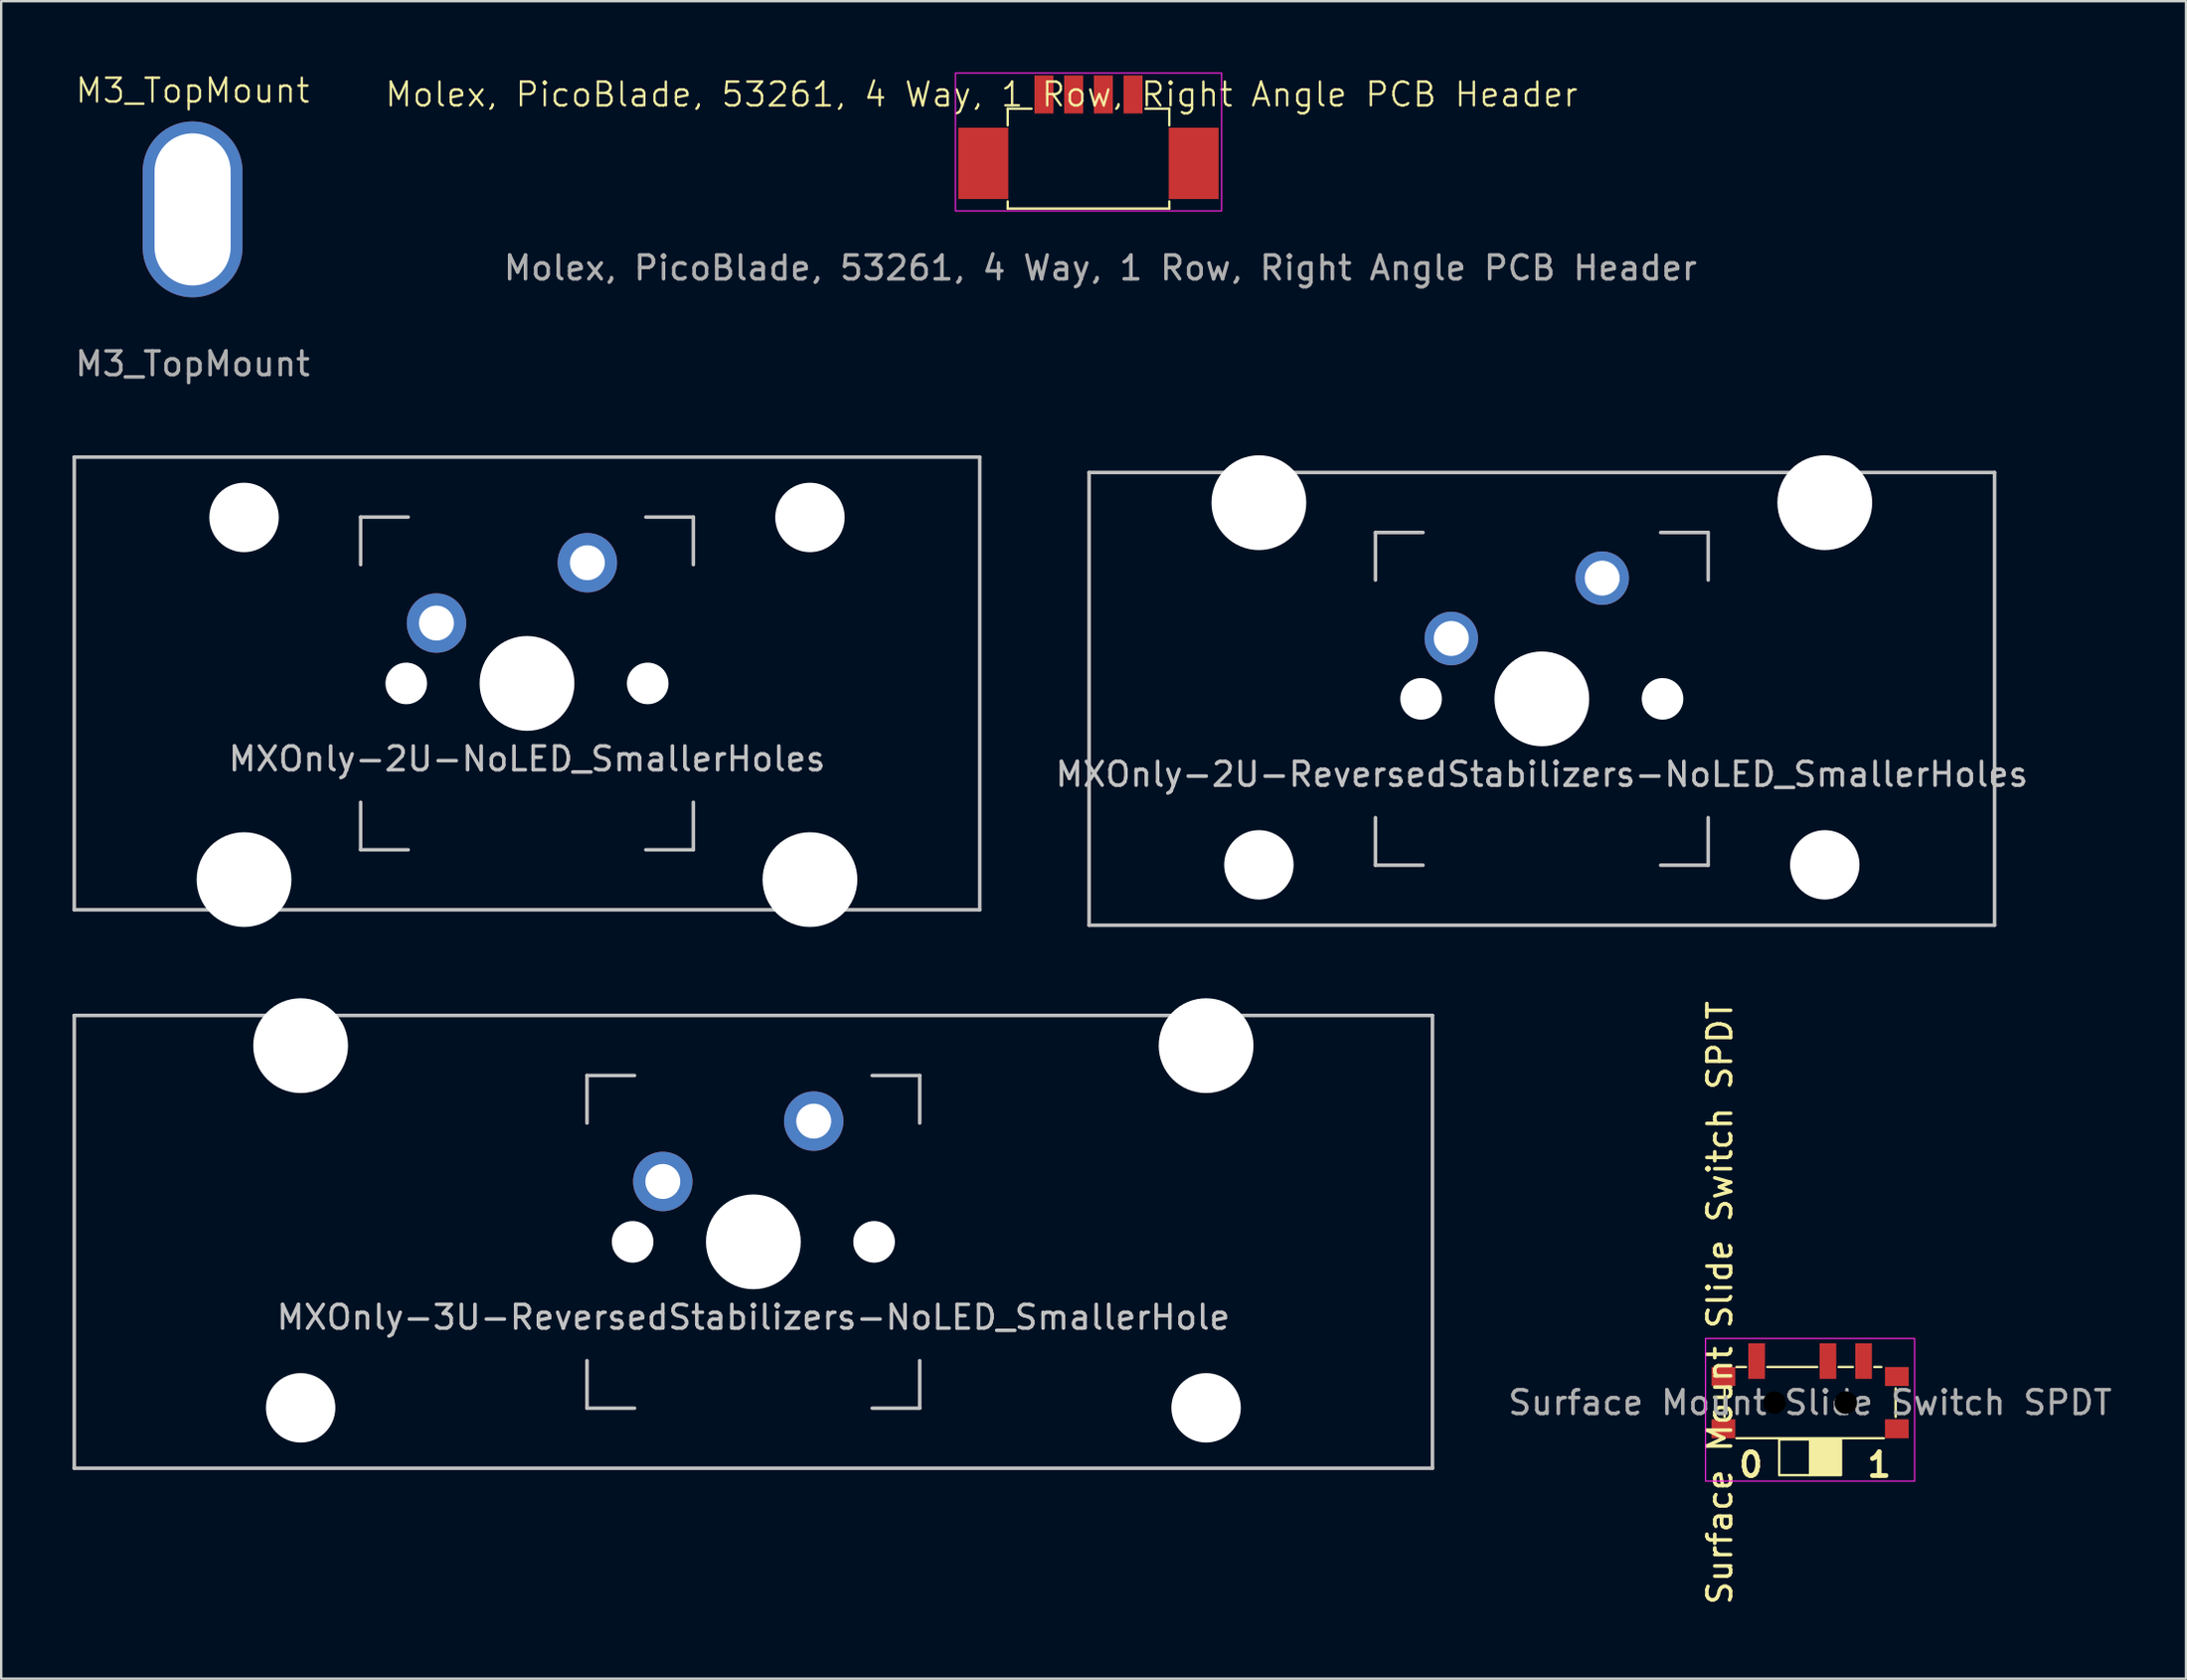
<source format=kicad_pcb>
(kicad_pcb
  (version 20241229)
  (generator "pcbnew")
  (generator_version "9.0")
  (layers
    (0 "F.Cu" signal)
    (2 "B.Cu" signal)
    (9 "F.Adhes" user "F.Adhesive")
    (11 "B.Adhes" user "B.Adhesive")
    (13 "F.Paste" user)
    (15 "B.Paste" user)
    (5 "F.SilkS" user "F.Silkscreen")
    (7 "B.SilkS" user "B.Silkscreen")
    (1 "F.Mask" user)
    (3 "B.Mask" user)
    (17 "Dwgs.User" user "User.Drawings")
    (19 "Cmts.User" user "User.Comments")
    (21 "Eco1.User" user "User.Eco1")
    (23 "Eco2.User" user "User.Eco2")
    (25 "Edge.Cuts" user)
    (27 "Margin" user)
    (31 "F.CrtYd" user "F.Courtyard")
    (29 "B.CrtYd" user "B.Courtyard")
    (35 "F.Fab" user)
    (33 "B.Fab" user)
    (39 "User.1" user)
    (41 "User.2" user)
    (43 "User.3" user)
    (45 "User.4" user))
  (footprint "Surface Mount Slide Switch SPDT"
    (layer "F.Cu")
    (at 73.115 55.973)
    (property "Reference" "Surface Mount Slide Switch SPDT" (at -3.8 -4.2 90) (unlocked yes) (layer "F.SilkS") (effects (font (size 1 1) (thickness 0.15))))
    (attr smd)
    (fp_line (start -3.6 0.6) (end -3.6 -0.6) (stroke (width 0.1) (type default)) (layer "F.SilkS"))
    (fp_line (start -3.1 -1.5) (end -2.7 -1.5) (stroke (width 0.1) (type default)) (layer "F.SilkS"))
    (fp_line (start -3.1 1.5) (end 3.1 1.5) (stroke (width 0.1) (type default)) (layer "F.SilkS"))
    (fp_line (start -1.8 -1.5) (end 0.3 -1.5) (stroke (width 0.1) (type default)) (layer "F.SilkS"))
    (fp_line (start -1.3 1.55) (end 0 1.55) (stroke (width 0.1) (type default)) (layer "F.SilkS"))
    (fp_line (start -1.3 3.05) (end -1.3 1.55) (stroke (width 0.1) (type default)) (layer "F.SilkS"))
    (fp_line (start 0 3.05) (end -1.3 3.05) (stroke (width 0.1) (type default)) (layer "F.SilkS"))
    (fp_line (start 1.2 -1.5) (end 1.8 -1.5) (stroke (width 0.1) (type default)) (layer "F.SilkS"))
    (fp_line (start 2.7 -1.5) (end 3 -1.5) (stroke (width 0.1) (type default)) (layer "F.SilkS"))
    (fp_line (start 3.6 0.6) (end 3.6 -0.6) (stroke (width 0.1) (type default)) (layer "F.SilkS"))
    (fp_poly (pts (xy 1.3 1.55) (xy 0 1.55) (xy 0 3.05) (xy 1.3 3.05)) (stroke (width 0.1) (type solid)) (fill yes) (layer "F.SilkS"))
    (fp_rect (start -4.4 -2.7) (end 4.4 3.3) (stroke (width 0.05) (type default)) (fill no) (layer "F.CrtYd"))
    (fp_text user "1" (at 2.3 3.2 0) (unlocked yes) (layer "F.SilkS") (effects (font (size 1 1) (thickness 0.2) (bold yes)) (justify left bottom)))
    (fp_text user "0" (at -3.1 3.2 0) (unlocked yes) (layer "F.SilkS") (effects (font (size 1 1) (thickness 0.2) (bold yes)) (justify left bottom)))
    (fp_text user "${REFERENCE}" (at 0 0 0) (unlocked yes) (layer "F.Fab") (effects (font (size 1 1) (thickness 0.15))))
    (pad "" smd rect (at -3.65 -1.1) (size 1 0.8) (layers "F.Cu" "F.Mask" "F.Paste"))
    (pad "" smd rect (at -3.65 1.1) (size 1 0.8) (layers "F.Cu" "F.Mask" "F.Paste"))
    (pad "" np_thru_hole circle (at -1.5 0) (size 0.95 0.95) (drill 0.95) (layers "*.Mask"))
    (pad "" np_thru_hole circle (at 1.5 0) (size 0.95 0.95) (drill 0.95) (layers "*.Mask"))
    (pad "" smd rect (at 3.65 -1.1) (size 1 0.8) (layers "F.Cu" "F.Mask" "F.Paste"))
    (pad "" smd rect (at 3.65 1.1) (size 1 0.8) (layers "F.Cu" "F.Mask" "F.Paste"))
    (pad "1" smd rect (at -2.25 -1.75) (size 0.7 1.5) (layers "F.Cu" "F.Mask" "F.Paste"))
    (pad "2" smd rect (at 0.75 -1.75) (size 0.7 1.5) (layers "F.Cu" "F.Mask" "F.Paste"))
    (pad "3" smd rect (at 2.25 -1.75) (size 0.7 1.5) (layers "F.Cu" "F.Mask" "F.Paste")))
  (footprint "MXOnly-2U-NoLED_SmallerHoles"
    (layer "F.Cu")
    (at 19.125 25.709)
    (property "Reference" "MXOnly-2U-NoLED_SmallerHoles" (at 0 3.175 0) (layer "Dwgs.User") (effects (font (size 1 1) (thickness 0.15))))
    (attr through_hole)
    (fp_line (start -19.05 -9.525) (end 19.05 -9.525) (stroke (width 0.15) (type solid)) (layer "Dwgs.User"))
    (fp_line (start -19.05 9.525) (end -19.05 -9.525) (stroke (width 0.15) (type solid)) (layer "Dwgs.User"))
    (fp_line (start -19.05 9.525) (end 19.05 9.525) (stroke (width 0.15) (type solid)) (layer "Dwgs.User"))
    (fp_line (start -7 -7) (end -7 -5) (stroke (width 0.15) (type solid)) (layer "Dwgs.User"))
    (fp_line (start -7 5) (end -7 7) (stroke (width 0.15) (type solid)) (layer "Dwgs.User"))
    (fp_line (start -7 7) (end -5 7) (stroke (width 0.15) (type solid)) (layer "Dwgs.User"))
    (fp_line (start -5 -7) (end -7 -7) (stroke (width 0.15) (type solid)) (layer "Dwgs.User"))
    (fp_line (start 5 -7) (end 7 -7) (stroke (width 0.15) (type solid)) (layer "Dwgs.User"))
    (fp_line (start 5 7) (end 7 7) (stroke (width 0.15) (type solid)) (layer "Dwgs.User"))
    (fp_line (start 7 -7) (end 7 -5) (stroke (width 0.15) (type solid)) (layer "Dwgs.User"))
    (fp_line (start 7 7) (end 7 5) (stroke (width 0.15) (type solid)) (layer "Dwgs.User"))
    (fp_line (start 19.05 -9.525) (end 19.05 9.525) (stroke (width 0.15) (type solid)) (layer "Dwgs.User"))
    (pad "" np_thru_hole circle (at -11.906 -6.985) (size 2.921 2.921) (drill 2.921) (layers "*.Cu" "*.Mask"))
    (pad "" np_thru_hole circle (at -11.906 8.255) (size 3.988 3.988) (drill 3.988) (layers "*.Cu" "*.Mask"))
    (pad "" np_thru_hole circle (at -5.08 0 48.1) (size 1.75 1.75) (drill 1.75) (layers "*.Cu" "*.Mask"))
    (pad "" np_thru_hole circle (at 0 0) (size 3.988 3.988) (drill 3.988) (layers "*.Cu" "*.Mask"))
    (pad "" np_thru_hole circle (at 5.08 0 48.1) (size 1.75 1.75) (drill 1.75) (layers "*.Cu" "*.Mask"))
    (pad "" np_thru_hole circle (at 11.906 -6.985) (size 2.921 2.921) (drill 2.921) (layers "*.Cu" "*.Mask"))
    (pad "" np_thru_hole circle (at 11.906 8.255) (size 3.988 3.988) (drill 3.988) (layers "*.Cu" "*.Mask"))
    (pad "1" thru_hole circle (at -3.81 -2.54) (size 2.5 2.5) (drill 1.47) (layers "*.Cu" "B.Mask"))
    (pad "2" thru_hole circle (at 2.54 -5.08) (size 2.5 2.5) (drill 1.47) (layers "*.Cu" "B.Mask")))
  (footprint "M3_TopMount"
    (layer "F.Cu")
    (at 5.054 5.761)
    (property "Reference" "M3_TopMount" (at 0 -5 0) (unlocked yes) (layer "F.SilkS") (effects (font (size 1 1) (thickness 0.1))))
    (attr through_hole)
    (fp_text user "${REFERENCE}" (at 0 6.5 0) (unlocked yes) (layer "F.Fab") (effects (font (size 1 1) (thickness 0.15))))
    (pad "1" thru_hole oval (at 0 0) (size 4.2 7.4) (drill oval 3.2 6.4) (layers "*.Cu")))
  (footprint "Molex, PicoBlade, 53261, 4 Way, 1 Row, Right Angle PCB Header"
    (layer "F.Cu")
    (at 42.752 1.725)
    (property "Reference" "Molex, PicoBlade, 53261, 4 Way, 1 Row, Right Angle PCB Header" (at -4.5 -0.8 0) (unlocked yes) (layer "F.SilkS") (effects (font (size 1 1) (thickness 0.1))))
    (attr smd)
    (fp_line (start -3.4 -0.2) (end -3.4 0.5) (stroke (width 0.1) (type default)) (layer "F.SilkS"))
    (fp_line (start -3.4 -0.2) (end -2.4 -0.2) (stroke (width 0.1) (type default)) (layer "F.SilkS"))
    (fp_line (start -3.4 4) (end -3.4 3.7) (stroke (width 0.1) (type default)) (layer "F.SilkS"))
    (fp_line (start -3.4 4) (end 3.4 4) (stroke (width 0.1) (type default)) (layer "F.SilkS"))
    (fp_line (start 2.4 -0.2) (end 3.4 -0.2) (stroke (width 0.1) (type default)) (layer "F.SilkS"))
    (fp_line (start 3.4 -0.2) (end 3.4 0.5) (stroke (width 0.1) (type default)) (layer "F.SilkS"))
    (fp_line (start 3.4 4) (end 3.4 3.7) (stroke (width 0.1) (type default)) (layer "F.SilkS"))
    (fp_rect (start -5.6 -1.7) (end 5.6 4.1) (stroke (width 0.05) (type default)) (fill no) (layer "F.CrtYd"))
    (fp_text user "${REFERENCE}" (at 0.5 6.5 0) (unlocked yes) (layer "F.Fab") (effects (font (size 1 1) (thickness 0.15))))
    (pad "" smd rect (at -4.425 2.1 90) (size 3 2.1) (layers "F.Cu" "F.Mask" "F.Paste"))
    (pad "" smd rect (at 4.425 2.1 90) (size 3 2.1) (layers "F.Cu" "F.Mask" "F.Paste"))
    (pad "1" smd rect (at -1.875 -0.8 90) (size 1.6 0.8) (layers "F.Cu" "F.Mask" "F.Paste"))
    (pad "2" smd rect (at -0.625 -0.8 90) (size 1.6 0.8) (layers "F.Cu" "F.Mask" "F.Paste"))
    (pad "3" smd rect (at 0.625 -0.8 90) (size 1.6 0.8) (layers "F.Cu" "F.Mask" "F.Paste"))
    (pad "4" smd rect (at 1.875 -0.8 90) (size 1.6 0.8) (layers "F.Cu" "F.Mask" "F.Paste"))
    (zone (net_name "") (layers "F.Cu" "B.Cu") (name "Connector") (hatch edge 0.5) (connect_pads) (min_thickness 0.25) (filled_areas_thickness no) (keepout (tracks allowed) (vias allowed) (pads not_allowed) (copperpour allowed) (footprints not_allowed)) (placement (enabled no)) (fill) (polygon (pts (xy 37.152 2.225) (xy 40.352 2.225) (xy 40.352 0.025) (xy 45.152 0.025) (xy 45.152 2.225) (xy 48.352 2.225) (xy 48.352 5.425) (xy 37.152 5.425)))))
  (footprint "MXOnly-3U-ReversedStabilizers-NoLED_SmallerHole"
    (layer "F.Cu")
    (at 28.65 49.207)
    (property "Reference" "MXOnly-3U-ReversedStabilizers-NoLED_SmallerHole" (at 0 3.175 0) (layer "Dwgs.User") (effects (font (size 1 1) (thickness 0.15))))
    (attr through_hole)
    (fp_line (start -28.575 -9.525) (end 28.575 -9.525) (stroke (width 0.15) (type solid)) (layer "Dwgs.User"))
    (fp_line (start -28.575 9.525) (end -28.575 -9.525) (stroke (width 0.15) (type solid)) (layer "Dwgs.User"))
    (fp_line (start -28.575 9.525) (end 28.575 9.525) (stroke (width 0.15) (type solid)) (layer "Dwgs.User"))
    (fp_line (start -7 -7) (end -7 -5) (stroke (width 0.15) (type solid)) (layer "Dwgs.User"))
    (fp_line (start -7 5) (end -7 7) (stroke (width 0.15) (type solid)) (layer "Dwgs.User"))
    (fp_line (start -7 7) (end -5 7) (stroke (width 0.15) (type solid)) (layer "Dwgs.User"))
    (fp_line (start -5 -7) (end -7 -7) (stroke (width 0.15) (type solid)) (layer "Dwgs.User"))
    (fp_line (start 5 -7) (end 7 -7) (stroke (width 0.15) (type solid)) (layer "Dwgs.User"))
    (fp_line (start 5 7) (end 7 7) (stroke (width 0.15) (type solid)) (layer "Dwgs.User"))
    (fp_line (start 7 -7) (end 7 -5) (stroke (width 0.15) (type solid)) (layer "Dwgs.User"))
    (fp_line (start 7 7) (end 7 5) (stroke (width 0.15) (type solid)) (layer "Dwgs.User"))
    (fp_line (start 28.575 -9.525) (end 28.575 9.525) (stroke (width 0.15) (type solid)) (layer "Dwgs.User"))
    (pad "" np_thru_hole circle (at -19.05 -8.255) (size 3.988 3.988) (drill 3.988) (layers "*.Cu" "*.Mask"))
    (pad "" np_thru_hole circle (at -19.05 6.985) (size 2.921 2.921) (drill 2.921) (layers "*.Cu" "*.Mask"))
    (pad "" np_thru_hole circle (at -5.08 0 48.1) (size 1.75 1.75) (drill 1.75) (layers "*.Cu" "*.Mask"))
    (pad "" np_thru_hole circle (at 0 0) (size 3.988 3.988) (drill 3.988) (layers "*.Cu" "*.Mask"))
    (pad "" np_thru_hole circle (at 5.08 0 48.1) (size 1.75 1.75) (drill 1.75) (layers "*.Cu" "*.Mask"))
    (pad "" np_thru_hole circle (at 19.05 -8.255) (size 3.988 3.988) (drill 3.988) (layers "*.Cu" "*.Mask"))
    (pad "" np_thru_hole circle (at 19.05 6.985) (size 2.921 2.921) (drill 2.921) (layers "*.Cu" "*.Mask"))
    (pad "1" thru_hole circle (at -3.81 -2.54) (size 2.5 2.5) (drill 1.47) (layers "*.Cu" "B.Mask"))
    (pad "2" thru_hole circle (at 2.54 -5.08) (size 2.5 2.5) (drill 1.47) (layers "*.Cu" "B.Mask")))
  (footprint "MXOnly-2U-ReversedStabilizers-NoLED_SmallerHoles"
    (layer "F.Cu")
    (at 61.827 26.358)
    (property "Reference" "MXOnly-2U-ReversedStabilizers-NoLED_SmallerHoles" (at 0 3.175 0) (layer "Dwgs.User") (effects (font (size 1 1) (thickness 0.15))))
    (attr through_hole)
    (fp_line (start -19.05 -9.525) (end 19.05 -9.525) (stroke (width 0.15) (type solid)) (layer "Dwgs.User"))
    (fp_line (start -19.05 9.525) (end -19.05 -9.525) (stroke (width 0.15) (type solid)) (layer "Dwgs.User"))
    (fp_line (start -19.05 9.525) (end 19.05 9.525) (stroke (width 0.15) (type solid)) (layer "Dwgs.User"))
    (fp_line (start -7 -7) (end -7 -5) (stroke (width 0.15) (type solid)) (layer "Dwgs.User"))
    (fp_line (start -7 5) (end -7 7) (stroke (width 0.15) (type solid)) (layer "Dwgs.User"))
    (fp_line (start -7 7) (end -5 7) (stroke (width 0.15) (type solid)) (layer "Dwgs.User"))
    (fp_line (start -5 -7) (end -7 -7) (stroke (width 0.15) (type solid)) (layer "Dwgs.User"))
    (fp_line (start 5 -7) (end 7 -7) (stroke (width 0.15) (type solid)) (layer "Dwgs.User"))
    (fp_line (start 5 7) (end 7 7) (stroke (width 0.15) (type solid)) (layer "Dwgs.User"))
    (fp_line (start 7 -7) (end 7 -5) (stroke (width 0.15) (type solid)) (layer "Dwgs.User"))
    (fp_line (start 7 7) (end 7 5) (stroke (width 0.15) (type solid)) (layer "Dwgs.User"))
    (fp_line (start 19.05 -9.525) (end 19.05 9.525) (stroke (width 0.15) (type solid)) (layer "Dwgs.User"))
    (pad "" np_thru_hole circle (at -11.906 -8.255) (size 3.988 3.988) (drill 3.988) (layers "*.Cu" "*.Mask"))
    (pad "" np_thru_hole circle (at -11.906 6.985) (size 2.921 2.921) (drill 2.921) (layers "*.Cu" "*.Mask"))
    (pad "" np_thru_hole circle (at -5.08 0 48.1) (size 1.75 1.75) (drill 1.75) (layers "*.Cu" "*.Mask"))
    (pad "" np_thru_hole circle (at 0 0) (size 3.988 3.988) (drill 3.988) (layers "*.Cu" "*.Mask"))
    (pad "" np_thru_hole circle (at 5.08 0 48.1) (size 1.75 1.75) (drill 1.75) (layers "*.Cu" "*.Mask"))
    (pad "" np_thru_hole circle (at 11.906 -8.255) (size 3.988 3.988) (drill 3.988) (layers "*.Cu" "*.Mask"))
    (pad "" np_thru_hole circle (at 11.906 6.985) (size 2.921 2.921) (drill 2.921) (layers "*.Cu" "*.Mask"))
    (pad "1" thru_hole circle (at -3.81 -2.54) (size 2.25 2.25) (drill 1.47) (layers "*.Cu" "B.Mask"))
    (pad "2" thru_hole circle (at 2.54 -5.08) (size 2.25 2.25) (drill 1.47) (layers "*.Cu" "B.Mask")))
  (gr_rect
    (start -3 -3)
    (end 88.931 67.589)
    (stroke (width 0.1) (type default))
    (fill no)
    (layer "Edge.Cuts")))
</source>
